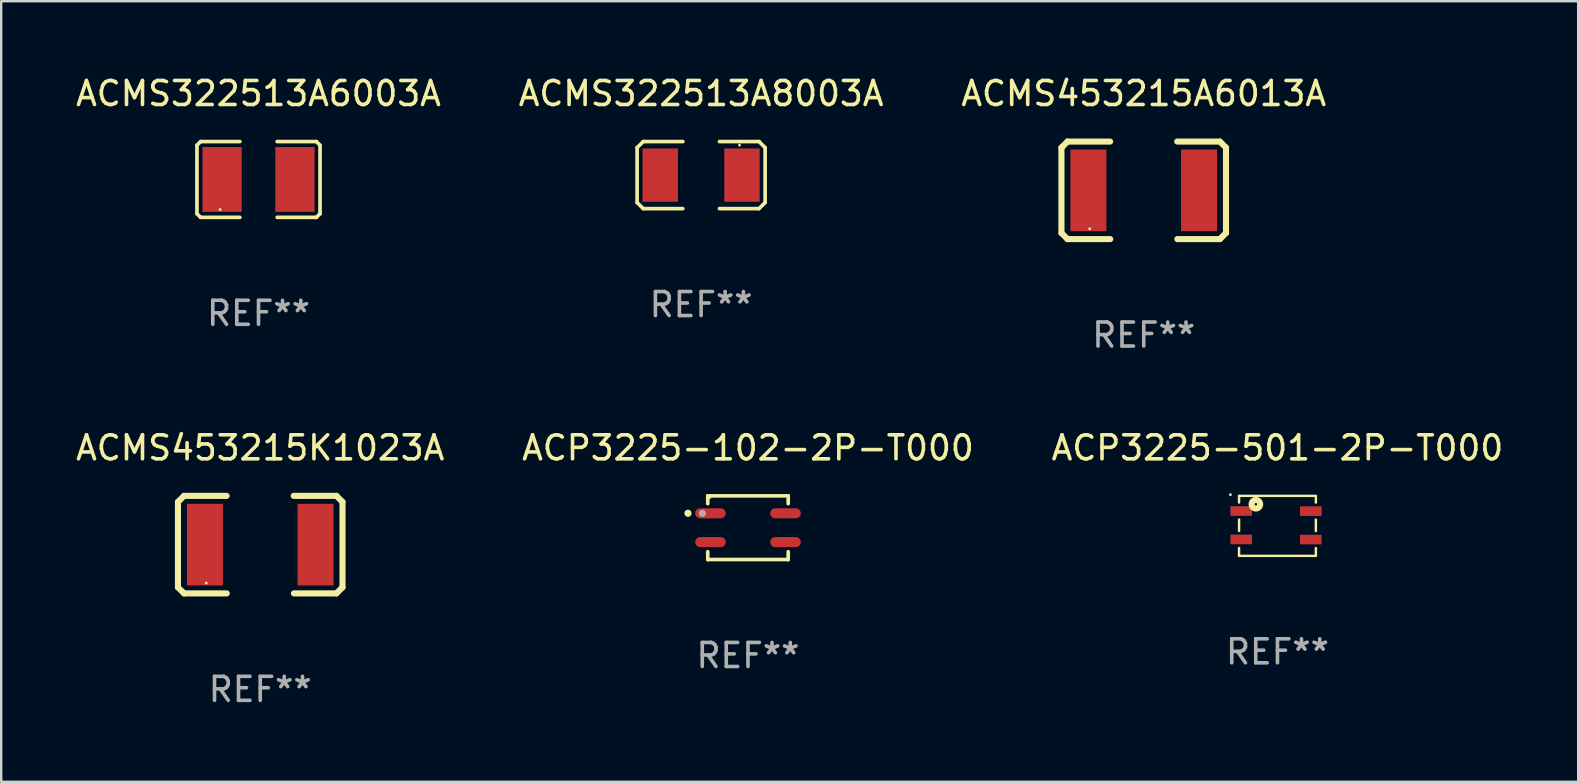
<source format=kicad_pcb>
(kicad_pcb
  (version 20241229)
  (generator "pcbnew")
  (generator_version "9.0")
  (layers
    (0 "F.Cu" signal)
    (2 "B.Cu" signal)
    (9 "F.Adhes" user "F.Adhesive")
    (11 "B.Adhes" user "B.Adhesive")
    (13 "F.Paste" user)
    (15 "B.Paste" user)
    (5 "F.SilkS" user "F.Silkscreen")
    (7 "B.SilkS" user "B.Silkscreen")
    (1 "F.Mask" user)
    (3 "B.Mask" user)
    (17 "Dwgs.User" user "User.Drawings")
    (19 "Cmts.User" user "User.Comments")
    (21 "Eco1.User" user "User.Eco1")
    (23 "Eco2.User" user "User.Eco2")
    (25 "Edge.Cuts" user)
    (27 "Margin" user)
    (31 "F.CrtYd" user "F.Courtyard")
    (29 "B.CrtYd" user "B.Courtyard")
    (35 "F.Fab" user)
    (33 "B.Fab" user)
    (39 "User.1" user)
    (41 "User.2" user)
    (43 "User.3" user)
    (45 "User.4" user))
  (footprint "ACP3225-102-2P-T000"
    (layer "F.Cu")
    (at 28.113 18.935)
    (property "Reference" "ACP3225-102-2P-T000" (at 0 -3.326 0) (layer "F.SilkS") (effects (font (size 1 1) (thickness 0.15))))
    (attr through_hole)
    (fp_line (start -1.676 -1.326) (end -1.676 -1.326) (stroke (width 0.152) (type solid)) (layer "F.SilkS"))
    (fp_line (start -1.676 -1.326) (end 1.676 -1.326) (stroke (width 0.152) (type solid)) (layer "F.SilkS"))
    (fp_line (start -1.676 -1.001) (end -1.676 -1.326) (stroke (width 0.152) (type solid)) (layer "F.SilkS"))
    (fp_line (start -1.676 1.001) (end -1.676 1.326) (stroke (width 0.152) (type solid)) (layer "F.SilkS"))
    (fp_line (start -1.676 1.326) (end -1.676 1.326) (stroke (width 0.152) (type solid)) (layer "F.SilkS"))
    (fp_line (start -1.676 1.326) (end 1.676 1.326) (stroke (width 0.152) (type solid)) (layer "F.SilkS"))
    (fp_line (start 1.676 -1.326) (end 1.676 -1.326) (stroke (width 0.152) (type solid)) (layer "F.SilkS"))
    (fp_line (start 1.676 -1.326) (end 1.676 -1.001) (stroke (width 0.152) (type solid)) (layer "F.SilkS"))
    (fp_line (start 1.676 1.326) (end 1.676 1.001) (stroke (width 0.152) (type solid)) (layer "F.SilkS"))
    (fp_line (start 1.676 1.326) (end 1.676 1.326) (stroke (width 0.152) (type solid)) (layer "F.SilkS"))
    (fp_circle (center -2.5 -0.6) (end -2.425 -0.6) (stroke (width 0.15) (type solid)) (fill no) (layer "F.SilkS"))
    (fp_circle (center -1.6 -1.25) (end -1.57 -1.25) (stroke (width 0.06) (type solid)) (fill no) (layer "F.SilkS"))
    (fp_circle (center -1.9 -0.6) (end -1.825 -0.6) (stroke (width 0.15) (type solid)) (fill no) (layer "F.Fab"))
    (fp_text user "REF**" (at 0 5.326 0) (layer "F.Fab") (effects (font (size 1 1) (thickness 0.15))))
    (pad "1" smd oval (at -1.563 -0.6 270) (size 0.42 1.275) (layers "F.Cu" "F.Mask" "F.Paste"))
    (pad "2" smd oval (at -1.563 0.6 270) (size 0.42 1.275) (layers "F.Cu" "F.Mask" "F.Paste"))
    (pad "3" smd oval (at 1.563 0.6 270) (size 0.42 1.275) (layers "F.Cu" "F.Mask" "F.Paste"))
    (pad "4" smd oval (at 1.563 -0.6 270) (size 0.42 1.275) (layers "F.Cu" "F.Mask" "F.Paste")))
  (footprint "ACMS453215A6013A"
    (layer "F.Cu")
    (at 44.601 4.88)
    (property "Reference" "ACMS453215A6013A" (at 0 -4.032 0) (layer "F.SilkS") (effects (font (size 1 1) (thickness 0.15))))
    (attr through_hole)
    (fp_line (start -3.428 -1.778) (end -3.174 -2.032) (stroke (width 0.254) (type solid)) (layer "F.SilkS"))
    (fp_line (start -3.428 1.778) (end -3.428 -1.778) (stroke (width 0.254) (type solid)) (layer "F.SilkS"))
    (fp_line (start -3.174 -2.032) (end -1.401 -2.032) (stroke (width 0.254) (type solid)) (layer "F.SilkS"))
    (fp_line (start -3.174 2.032) (end -3.428 1.778) (stroke (width 0.254) (type solid)) (layer "F.SilkS"))
    (fp_line (start -1.396 2.032) (end -3.174 2.032) (stroke (width 0.254) (type solid)) (layer "F.SilkS"))
    (fp_line (start 1.396 -2.032) (end 3.174 -2.032) (stroke (width 0.254) (type solid)) (layer "F.SilkS"))
    (fp_line (start 3.174 -2.032) (end 3.428 -1.778) (stroke (width 0.254) (type solid)) (layer "F.SilkS"))
    (fp_line (start 3.174 2.032) (end 1.401 2.032) (stroke (width 0.254) (type solid)) (layer "F.SilkS"))
    (fp_line (start 3.428 -1.778) (end 3.428 1.778) (stroke (width 0.254) (type solid)) (layer "F.SilkS"))
    (fp_line (start 3.428 1.778) (end 3.174 2.032) (stroke (width 0.254) (type solid)) (layer "F.SilkS"))
    (fp_circle (center -2.25 1.6) (end -2.22 1.6) (stroke (width 0.06) (type solid)) (fill no) (layer "F.SilkS"))
    (fp_text user "REF**" (at 0 6.032 0) (layer "F.Fab") (effects (font (size 1 1) (thickness 0.15))))
    (pad "1" smd rect (at -2.305 0) (size 1.5 3.4) (layers "F.Cu" "F.Mask" "F.Paste"))
    (pad "2" smd rect (at 2.305 0) (size 1.5 3.4) (layers "F.Cu" "F.Mask" "F.Paste")))
  (footprint "ACMS322513A8003A"
    (layer "F.Cu")
    (at 26.161 4.245)
    (property "Reference" "ACMS322513A8003A" (at 0 -3.397 0) (layer "F.SilkS") (effects (font (size 1 1) (thickness 0.15))))
    (attr through_hole)
    (fp_line (start -2.667 -1.143) (end -2.413 -1.397) (stroke (width 0.152) (type solid)) (layer "F.SilkS"))
    (fp_line (start -2.667 1.143) (end -2.667 -1.143) (stroke (width 0.152) (type solid)) (layer "F.SilkS"))
    (fp_line (start -2.413 -1.397) (end -0.762 -1.397) (stroke (width 0.152) (type solid)) (layer "F.SilkS"))
    (fp_line (start -2.413 1.397) (end -2.667 1.143) (stroke (width 0.152) (type solid)) (layer "F.SilkS"))
    (fp_line (start -0.762 1.397) (end -2.413 1.397) (stroke (width 0.152) (type solid)) (layer "F.SilkS"))
    (fp_line (start 0.762 -1.397) (end 2.413 -1.397) (stroke (width 0.152) (type solid)) (layer "F.SilkS"))
    (fp_line (start 2.413 -1.397) (end 2.667 -1.143) (stroke (width 0.152) (type solid)) (layer "F.SilkS"))
    (fp_line (start 2.413 1.397) (end 0.762 1.397) (stroke (width 0.152) (type solid)) (layer "F.SilkS"))
    (fp_line (start 2.667 -1.143) (end 2.667 1.143) (stroke (width 0.152) (type solid)) (layer "F.SilkS"))
    (fp_line (start 2.667 1.143) (end 2.413 1.397) (stroke (width 0.152) (type solid)) (layer "F.SilkS"))
    (fp_circle (center 1.6 -1.25) (end 1.63 -1.25) (stroke (width 0.06) (type solid)) (fill no) (layer "F.SilkS"))
    (fp_text user "REF**" (at 0 5.397 0) (layer "F.Fab") (effects (font (size 1 1) (thickness 0.15))))
    (pad "1" smd rect (at 1.703 0) (size 1.474 2.22) (layers "F.Cu" "F.Mask" "F.Paste"))
    (pad "2" smd rect (at -1.703 0) (size 1.474 2.22) (layers "F.Cu" "F.Mask" "F.Paste")))
  (footprint "ACMS322513A6003A"
    (layer "F.Cu")
    (at 7.72 4.427)
    (property "Reference" "ACMS322513A6003A" (at 0 -3.579 0) (layer "F.SilkS") (effects (font (size 1 1) (thickness 0.15))))
    (attr through_hole)
    (fp_line (start -2.564 -1.426) (end -2.564 1.426) (stroke (width 0.152) (type solid)) (layer "F.SilkS"))
    (fp_line (start -2.564 1.426) (end -2.411 1.579) (stroke (width 0.152) (type solid)) (layer "F.SilkS"))
    (fp_line (start -2.411 -1.579) (end -2.564 -1.426) (stroke (width 0.152) (type solid)) (layer "F.SilkS"))
    (fp_line (start -2.411 1.579) (end -0.776 1.579) (stroke (width 0.152) (type solid)) (layer "F.SilkS"))
    (fp_line (start -0.776 -1.579) (end -2.411 -1.579) (stroke (width 0.152) (type solid)) (layer "F.SilkS"))
    (fp_line (start 0.776 -1.579) (end 2.411 -1.579) (stroke (width 0.152) (type solid)) (layer "F.SilkS"))
    (fp_line (start 2.411 -1.579) (end 2.564 -1.426) (stroke (width 0.152) (type solid)) (layer "F.SilkS"))
    (fp_line (start 2.411 1.579) (end 0.776 1.579) (stroke (width 0.152) (type solid)) (layer "F.SilkS"))
    (fp_line (start 2.564 -1.426) (end 2.564 1.426) (stroke (width 0.152) (type solid)) (layer "F.SilkS"))
    (fp_line (start 2.564 1.426) (end 2.411 1.579) (stroke (width 0.152) (type solid)) (layer "F.SilkS"))
    (fp_circle (center -1.6 1.25) (end -1.57 1.25) (stroke (width 0.06) (type solid)) (fill no) (layer "F.SilkS"))
    (fp_text user "REF**" (at 0 5.579 0) (layer "F.Fab") (effects (font (size 1 1) (thickness 0.15))))
    (pad "1" smd rect (at -1.517 -0.000013) (size 1.635 2.7) (layers "F.Cu" "F.Mask" "F.Paste"))
    (pad "2" smd rect (at 1.517 -0.000013) (size 1.635 2.7) (layers "F.Cu" "F.Mask" "F.Paste")))
  (footprint "ACMS453215K1023A"
    (layer "F.Cu")
    (at 7.792 19.641)
    (property "Reference" "ACMS453215K1023A" (at 0 -4.032 0) (layer "F.SilkS") (effects (font (size 1 1) (thickness 0.15))))
    (attr through_hole)
    (fp_line (start -3.428 -1.778) (end -3.174 -2.032) (stroke (width 0.254) (type solid)) (layer "F.SilkS"))
    (fp_line (start -3.428 1.778) (end -3.428 -1.778) (stroke (width 0.254) (type solid)) (layer "F.SilkS"))
    (fp_line (start -3.174 -2.032) (end -1.401 -2.032) (stroke (width 0.254) (type solid)) (layer "F.SilkS"))
    (fp_line (start -3.174 2.032) (end -3.428 1.778) (stroke (width 0.254) (type solid)) (layer "F.SilkS"))
    (fp_line (start -1.396 2.032) (end -3.174 2.032) (stroke (width 0.254) (type solid)) (layer "F.SilkS"))
    (fp_line (start 1.396 -2.032) (end 3.174 -2.032) (stroke (width 0.254) (type solid)) (layer "F.SilkS"))
    (fp_line (start 3.174 -2.032) (end 3.428 -1.778) (stroke (width 0.254) (type solid)) (layer "F.SilkS"))
    (fp_line (start 3.174 2.032) (end 1.401 2.032) (stroke (width 0.254) (type solid)) (layer "F.SilkS"))
    (fp_line (start 3.428 -1.778) (end 3.428 1.778) (stroke (width 0.254) (type solid)) (layer "F.SilkS"))
    (fp_line (start 3.428 1.778) (end 3.174 2.032) (stroke (width 0.254) (type solid)) (layer "F.SilkS"))
    (fp_circle (center -2.25 1.6) (end -2.22 1.6) (stroke (width 0.06) (type solid)) (fill no) (layer "F.SilkS"))
    (fp_text user "REF**" (at 0 6.032 0) (layer "F.Fab") (effects (font (size 1 1) (thickness 0.15))))
    (pad "1" smd rect (at -2.305 0) (size 1.5 3.4) (layers "F.Cu" "F.Mask" "F.Paste"))
    (pad "2" smd rect (at 2.305 0) (size 1.5 3.4) (layers "F.Cu" "F.Mask" "F.Paste")))
  (footprint "ACP3225-501-2P-T000"
    (layer "F.Cu")
    (at 50.173 18.859)
    (property "Reference" "ACP3225-501-2P-T000" (at 0 -3.25 0) (layer "F.SilkS") (effects (font (size 1 1) (thickness 0.15))))
    (attr through_hole)
    (fp_line (start -1.6 -1.25) (end -1.6 -0.973) (stroke (width 0.102) (type solid)) (layer "F.SilkS"))
    (fp_line (start -1.6 -0.263) (end -1.6 0.211) (stroke (width 0.102) (type solid)) (layer "F.SilkS"))
    (fp_line (start -1.6 0.921) (end -1.6 1.25) (stroke (width 0.102) (type solid)) (layer "F.SilkS"))
    (fp_line (start -1.6 1.25) (end 1.6 1.25) (stroke (width 0.102) (type solid)) (layer "F.SilkS"))
    (fp_line (start 1.6 -1.25) (end -1.6 -1.25) (stroke (width 0.102) (type solid)) (layer "F.SilkS"))
    (fp_line (start 1.6 -0.97) (end 1.6 -1.225) (stroke (width 0.102) (type solid)) (layer "F.SilkS"))
    (fp_line (start 1.6 0.216) (end 1.6 -0.26) (stroke (width 0.102) (type solid)) (layer "F.SilkS"))
    (fp_line (start 1.6 1.25) (end 1.6 0.926) (stroke (width 0.102) (type solid)) (layer "F.SilkS"))
    (fp_circle (center -1.96 -1.301) (end -1.93 -1.301) (stroke (width 0.06) (type solid)) (fill no) (layer "F.SilkS"))
    (fp_circle (center -0.9 -0.9) (end -0.849 -0.9) (stroke (width 0.254) (type solid)) (fill no) (layer "F.SilkS"))
    (fp_text user "REF**" (at 0 5.25 0) (layer "F.Fab") (effects (font (size 1 1) (thickness 0.15))))
    (pad "1" smd rect (at -1.51 -0.618 90) (size 0.4 0.9) (layers "F.Cu" "F.Mask" "F.Paste"))
    (pad "2" smd rect (at -1.51 0.566 90) (size 0.4 0.9) (layers "F.Cu" "F.Mask" "F.Paste"))
    (pad "3" smd rect (at 1.389 0.571 90) (size 0.4 0.9) (layers "F.Cu" "F.Mask" "F.Paste"))
    (pad "4" smd rect (at 1.39 -0.615 90) (size 0.4 0.9) (layers "F.Cu" "F.Mask" "F.Paste")))
  (gr_rect
    (start -3 -3)
    (end 62.702 29.521)
    (stroke (width 0.1) (type default))
    (fill no)
    (layer "Edge.Cuts")))
</source>
